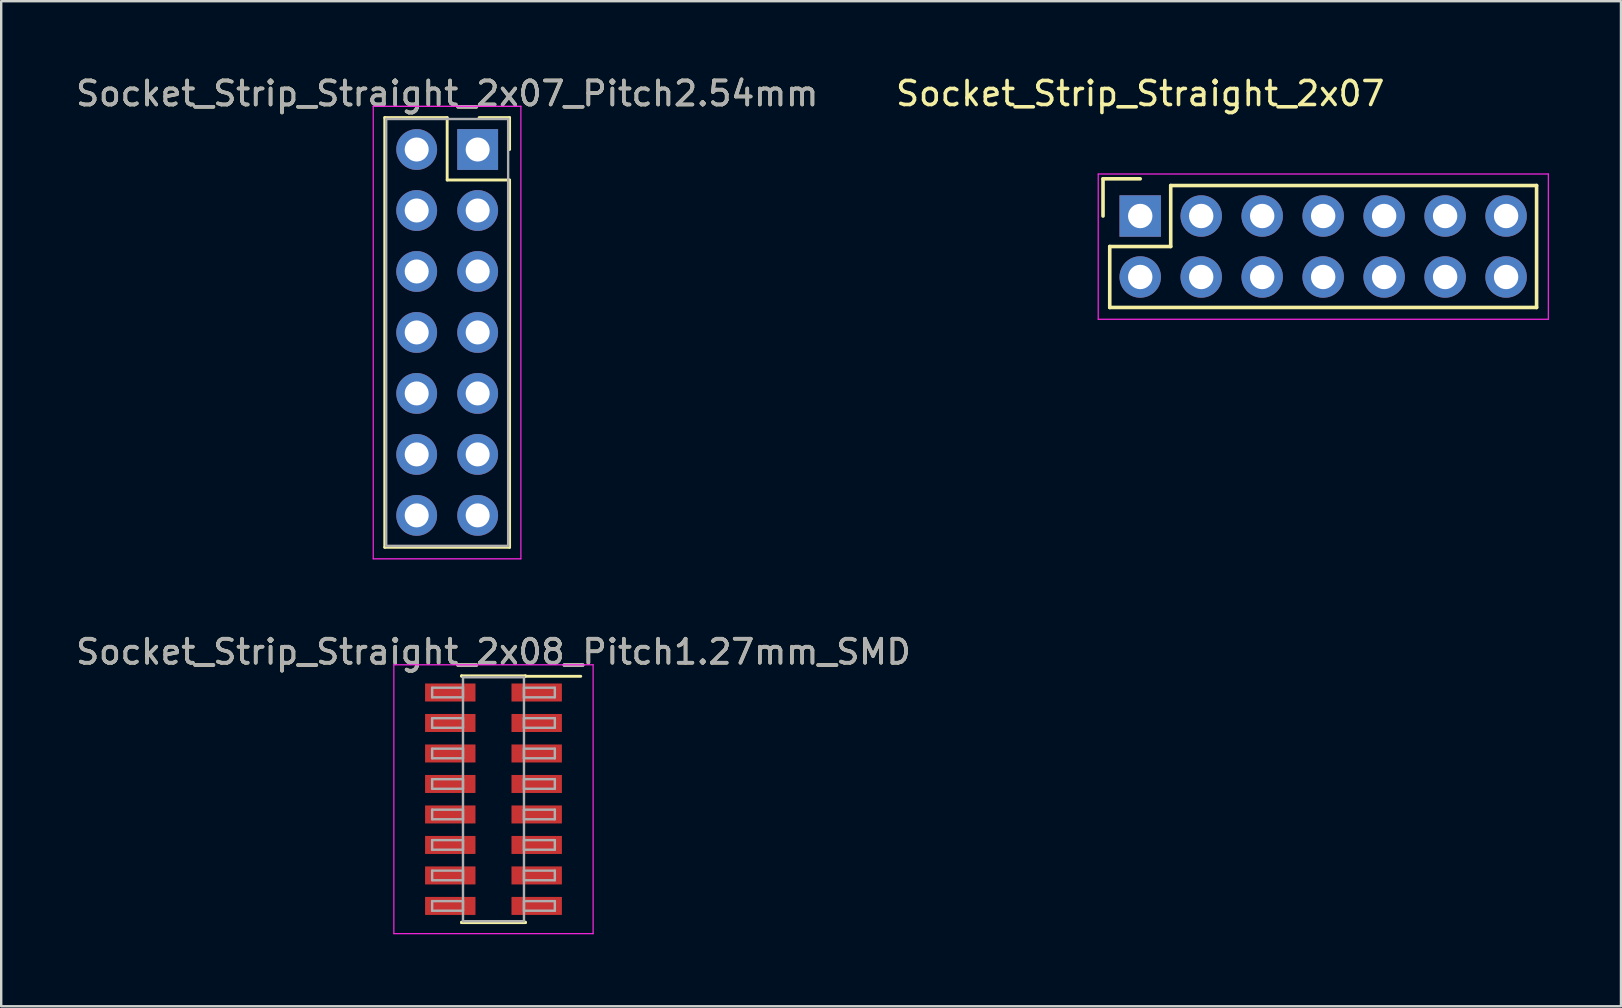
<source format=kicad_pcb>
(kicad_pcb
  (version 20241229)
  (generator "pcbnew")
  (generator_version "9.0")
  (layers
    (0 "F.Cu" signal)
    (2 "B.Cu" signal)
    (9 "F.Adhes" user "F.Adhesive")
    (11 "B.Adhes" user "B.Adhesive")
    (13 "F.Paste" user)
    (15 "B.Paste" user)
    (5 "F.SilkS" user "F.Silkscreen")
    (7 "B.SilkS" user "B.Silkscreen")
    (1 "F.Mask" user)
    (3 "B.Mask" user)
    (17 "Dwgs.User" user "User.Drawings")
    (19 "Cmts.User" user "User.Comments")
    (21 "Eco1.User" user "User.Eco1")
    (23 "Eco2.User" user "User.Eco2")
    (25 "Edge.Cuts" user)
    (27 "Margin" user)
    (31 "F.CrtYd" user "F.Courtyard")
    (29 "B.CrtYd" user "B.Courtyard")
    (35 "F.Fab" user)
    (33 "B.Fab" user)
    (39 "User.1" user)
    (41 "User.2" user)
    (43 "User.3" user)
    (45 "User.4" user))
  (footprint "Socket_Strip_Straight_2x07_Pitch2.54mm"
    (layer "F.Cu")
    (at 16.847 3.178)
    (property "Reference" "Socket_Strip_Straight_2x07_Pitch2.54mm" (at -1.27 -2.33 0) (layer "F.SilkS") (effects (font (size 1 1) (thickness 0.15))))
    (attr through_hole)
    (fp_line (start -3.87 -1.33) (end -1.27 -1.33) (stroke (width 0.12) (type solid)) (layer "F.SilkS"))
    (fp_line (start -3.87 16.57) (end -3.87 -1.33) (stroke (width 0.12) (type solid)) (layer "F.SilkS"))
    (fp_line (start -1.27 -1.33) (end -1.27 1.27) (stroke (width 0.12) (type solid)) (layer "F.SilkS"))
    (fp_line (start -1.27 1.27) (end 1.33 1.27) (stroke (width 0.12) (type solid)) (layer "F.SilkS"))
    (fp_line (start 1.33 -1.33) (end 0.06 -1.33) (stroke (width 0.12) (type solid)) (layer "F.SilkS"))
    (fp_line (start 1.33 0) (end 1.33 -1.33) (stroke (width 0.12) (type solid)) (layer "F.SilkS"))
    (fp_line (start 1.33 1.27) (end 1.33 16.57) (stroke (width 0.12) (type solid)) (layer "F.SilkS"))
    (fp_line (start 1.33 16.57) (end -3.87 16.57) (stroke (width 0.12) (type solid)) (layer "F.SilkS"))
    (fp_line (start -4.35 -1.8) (end -4.35 17.05) (stroke (width 0.05) (type solid)) (layer "F.CrtYd"))
    (fp_line (start -4.35 17.05) (end 1.8 17.05) (stroke (width 0.05) (type solid)) (layer "F.CrtYd"))
    (fp_line (start 1.8 -1.8) (end -4.35 -1.8) (stroke (width 0.05) (type solid)) (layer "F.CrtYd"))
    (fp_line (start 1.8 17.05) (end 1.8 -1.8) (stroke (width 0.05) (type solid)) (layer "F.CrtYd"))
    (fp_line (start -3.81 -1.27) (end -3.81 16.51) (stroke (width 0.1) (type solid)) (layer "F.Fab"))
    (fp_line (start -3.81 16.51) (end 1.27 16.51) (stroke (width 0.1) (type solid)) (layer "F.Fab"))
    (fp_line (start 1.27 -1.27) (end -3.81 -1.27) (stroke (width 0.1) (type solid)) (layer "F.Fab"))
    (fp_line (start 1.27 16.51) (end 1.27 -1.27) (stroke (width 0.1) (type solid)) (layer "F.Fab"))
    (fp_text user "${REFERENCE}" (at -1.27 -2.33 0) (layer "F.Fab") (effects (font (size 1 1) (thickness 0.15))))
    (pad "1" thru_hole rect (at 0 0) (size 1.7 1.7) (drill 1) (layers "*.Cu" "*.Mask"))
    (pad "2" thru_hole oval (at -2.54 0) (size 1.7 1.7) (drill 1) (layers "*.Cu" "*.Mask"))
    (pad "3" thru_hole oval (at 0 2.54) (size 1.7 1.7) (drill 1) (layers "*.Cu" "*.Mask"))
    (pad "4" thru_hole oval (at -2.54 2.54) (size 1.7 1.7) (drill 1) (layers "*.Cu" "*.Mask"))
    (pad "5" thru_hole oval (at 0 5.08) (size 1.7 1.7) (drill 1) (layers "*.Cu" "*.Mask"))
    (pad "6" thru_hole oval (at -2.54 5.08) (size 1.7 1.7) (drill 1) (layers "*.Cu" "*.Mask"))
    (pad "7" thru_hole oval (at 0 7.62) (size 1.7 1.7) (drill 1) (layers "*.Cu" "*.Mask"))
    (pad "8" thru_hole oval (at -2.54 7.62) (size 1.7 1.7) (drill 1) (layers "*.Cu" "*.Mask"))
    (pad "9" thru_hole oval (at 0 10.16) (size 1.7 1.7) (drill 1) (layers "*.Cu" "*.Mask"))
    (pad "10" thru_hole oval (at -2.54 10.16) (size 1.7 1.7) (drill 1) (layers "*.Cu" "*.Mask"))
    (pad "11" thru_hole oval (at 0 12.7) (size 1.7 1.7) (drill 1) (layers "*.Cu" "*.Mask"))
    (pad "12" thru_hole oval (at -2.54 12.7) (size 1.7 1.7) (drill 1) (layers "*.Cu" "*.Mask"))
    (pad "13" thru_hole oval (at 0 15.24) (size 1.7 1.7) (drill 1) (layers "*.Cu" "*.Mask"))
    (pad "14" thru_hole oval (at -2.54 15.24) (size 1.7 1.7) (drill 1) (layers "*.Cu" "*.Mask")))
  (footprint "Socket_Strip_Straight_2x07"
    (layer "F.Cu")
    (at 44.446 5.948)
    (property "Reference" "Socket_Strip_Straight_2x07" (at 0 -5.1 0) (layer "F.SilkS") (effects (font (size 1 1) (thickness 0.15))))
    (attr through_hole)
    (fp_line (start -1.55 -1.55) (end -1.55 0) (stroke (width 0.15) (type solid)) (layer "F.SilkS"))
    (fp_line (start -1.27 1.27) (end 1.27 1.27) (stroke (width 0.15) (type solid)) (layer "F.SilkS"))
    (fp_line (start -1.27 3.81) (end -1.27 1.27) (stroke (width 0.15) (type solid)) (layer "F.SilkS"))
    (fp_line (start 0 -1.55) (end -1.55 -1.55) (stroke (width 0.15) (type solid)) (layer "F.SilkS"))
    (fp_line (start 1.27 -1.27) (end 16.51 -1.27) (stroke (width 0.15) (type solid)) (layer "F.SilkS"))
    (fp_line (start 1.27 1.27) (end 1.27 -1.27) (stroke (width 0.15) (type solid)) (layer "F.SilkS"))
    (fp_line (start 16.51 3.81) (end -1.27 3.81) (stroke (width 0.15) (type solid)) (layer "F.SilkS"))
    (fp_line (start 16.51 3.81) (end 16.51 -1.27) (stroke (width 0.15) (type solid)) (layer "F.SilkS"))
    (fp_line (start -1.75 -1.75) (end -1.75 4.3) (stroke (width 0.05) (type solid)) (layer "F.CrtYd"))
    (fp_line (start -1.75 -1.75) (end 17 -1.75) (stroke (width 0.05) (type solid)) (layer "F.CrtYd"))
    (fp_line (start -1.75 4.3) (end 17 4.3) (stroke (width 0.05) (type solid)) (layer "F.CrtYd"))
    (fp_line (start 17 -1.75) (end 17 4.3) (stroke (width 0.05) (type solid)) (layer "F.CrtYd"))
    (pad "1" thru_hole rect (at 0 0) (size 1.727 1.727) (drill 1.016) (layers "*.Cu" "*.Mask"))
    (pad "2" thru_hole oval (at 0 2.54) (size 1.727 1.727) (drill 1.016) (layers "*.Cu" "*.Mask"))
    (pad "3" thru_hole oval (at 2.54 0) (size 1.727 1.727) (drill 1.016) (layers "*.Cu" "*.Mask"))
    (pad "4" thru_hole oval (at 2.54 2.54) (size 1.727 1.727) (drill 1.016) (layers "*.Cu" "*.Mask"))
    (pad "5" thru_hole oval (at 5.08 0) (size 1.727 1.727) (drill 1.016) (layers "*.Cu" "*.Mask"))
    (pad "6" thru_hole oval (at 5.08 2.54) (size 1.727 1.727) (drill 1.016) (layers "*.Cu" "*.Mask"))
    (pad "7" thru_hole oval (at 7.62 0) (size 1.727 1.727) (drill 1.016) (layers "*.Cu" "*.Mask"))
    (pad "8" thru_hole oval (at 7.62 2.54) (size 1.727 1.727) (drill 1.016) (layers "*.Cu" "*.Mask"))
    (pad "9" thru_hole oval (at 10.16 0) (size 1.727 1.727) (drill 1.016) (layers "*.Cu" "*.Mask"))
    (pad "10" thru_hole oval (at 10.16 2.54) (size 1.727 1.727) (drill 1.016) (layers "*.Cu" "*.Mask"))
    (pad "11" thru_hole oval (at 12.7 0) (size 1.727 1.727) (drill 1.016) (layers "*.Cu" "*.Mask"))
    (pad "12" thru_hole oval (at 12.7 2.54) (size 1.727 1.727) (drill 1.016) (layers "*.Cu" "*.Mask"))
    (pad "13" thru_hole oval (at 15.24 0) (size 1.727 1.727) (drill 1.016) (layers "*.Cu" "*.Mask"))
    (pad "14" thru_hole oval (at 15.24 2.54) (size 1.727 1.727) (drill 1.016) (layers "*.Cu" "*.Mask")))
  (footprint "Socket_Strip_Straight_2x08_Pitch1.27mm_SMD"
    (layer "F.Cu")
    (at 17.506 30.241)
    (property "Reference" "Socket_Strip_Straight_2x08_Pitch1.27mm_SMD" (at 0 -6.14 0) (layer "F.SilkS") (effects (font (size 1 1) (thickness 0.15))))
    (attr smd)
    (fp_line (start -1.33 -5.14) (end 1.33 -5.14) (stroke (width 0.12) (type solid)) (layer "F.SilkS"))
    (fp_line (start -1.33 -5.12) (end -1.33 -5.14) (stroke (width 0.12) (type solid)) (layer "F.SilkS"))
    (fp_line (start -1.33 5.12) (end -1.33 5.14) (stroke (width 0.12) (type solid)) (layer "F.SilkS"))
    (fp_line (start -1.33 5.14) (end 1.33 5.14) (stroke (width 0.12) (type solid)) (layer "F.SilkS"))
    (fp_line (start 1.33 -5.14) (end 1.33 -5.12) (stroke (width 0.12) (type solid)) (layer "F.SilkS"))
    (fp_line (start 1.33 5.14) (end 1.33 5.12) (stroke (width 0.12) (type solid)) (layer "F.SilkS"))
    (fp_line (start 3.635 -5.12) (end 1.33 -5.12) (stroke (width 0.12) (type solid)) (layer "F.SilkS"))
    (fp_line (start -4.15 -5.6) (end -4.15 5.6) (stroke (width 0.05) (type solid)) (layer "F.CrtYd"))
    (fp_line (start -4.15 5.6) (end 4.15 5.6) (stroke (width 0.05) (type solid)) (layer "F.CrtYd"))
    (fp_line (start 4.15 -5.6) (end -4.15 -5.6) (stroke (width 0.05) (type solid)) (layer "F.CrtYd"))
    (fp_line (start 4.15 5.6) (end 4.15 -5.6) (stroke (width 0.05) (type solid)) (layer "F.CrtYd"))
    (fp_line (start -2.555 -4.645) (end -1.27 -4.645) (stroke (width 0.1) (type solid)) (layer "F.Fab"))
    (fp_line (start -2.555 -4.245) (end -2.555 -4.645) (stroke (width 0.1) (type solid)) (layer "F.Fab"))
    (fp_line (start -2.555 -3.375) (end -1.27 -3.375) (stroke (width 0.1) (type solid)) (layer "F.Fab"))
    (fp_line (start -2.555 -2.975) (end -2.555 -3.375) (stroke (width 0.1) (type solid)) (layer "F.Fab"))
    (fp_line (start -2.555 -2.105) (end -1.27 -2.105) (stroke (width 0.1) (type solid)) (layer "F.Fab"))
    (fp_line (start -2.555 -1.705) (end -2.555 -2.105) (stroke (width 0.1) (type solid)) (layer "F.Fab"))
    (fp_line (start -2.555 -0.835) (end -1.27 -0.835) (stroke (width 0.1) (type solid)) (layer "F.Fab"))
    (fp_line (start -2.555 -0.435) (end -2.555 -0.835) (stroke (width 0.1) (type solid)) (layer "F.Fab"))
    (fp_line (start -2.555 0.435) (end -1.27 0.435) (stroke (width 0.1) (type solid)) (layer "F.Fab"))
    (fp_line (start -2.555 0.835) (end -2.555 0.435) (stroke (width 0.1) (type solid)) (layer "F.Fab"))
    (fp_line (start -2.555 1.705) (end -1.27 1.705) (stroke (width 0.1) (type solid)) (layer "F.Fab"))
    (fp_line (start -2.555 2.105) (end -2.555 1.705) (stroke (width 0.1) (type solid)) (layer "F.Fab"))
    (fp_line (start -2.555 2.975) (end -1.27 2.975) (stroke (width 0.1) (type solid)) (layer "F.Fab"))
    (fp_line (start -2.555 3.375) (end -2.555 2.975) (stroke (width 0.1) (type solid)) (layer "F.Fab"))
    (fp_line (start -2.555 4.245) (end -1.27 4.245) (stroke (width 0.1) (type solid)) (layer "F.Fab"))
    (fp_line (start -2.555 4.645) (end -2.555 4.245) (stroke (width 0.1) (type solid)) (layer "F.Fab"))
    (fp_line (start -1.27 -5.08) (end -1.27 5.08) (stroke (width 0.1) (type solid)) (layer "F.Fab"))
    (fp_line (start -1.27 -4.645) (end -1.27 -4.245) (stroke (width 0.1) (type solid)) (layer "F.Fab"))
    (fp_line (start -1.27 -4.245) (end -2.555 -4.245) (stroke (width 0.1) (type solid)) (layer "F.Fab"))
    (fp_line (start -1.27 -3.375) (end -1.27 -2.975) (stroke (width 0.1) (type solid)) (layer "F.Fab"))
    (fp_line (start -1.27 -2.975) (end -2.555 -2.975) (stroke (width 0.1) (type solid)) (layer "F.Fab"))
    (fp_line (start -1.27 -2.105) (end -1.27 -1.705) (stroke (width 0.1) (type solid)) (layer "F.Fab"))
    (fp_line (start -1.27 -1.705) (end -2.555 -1.705) (stroke (width 0.1) (type solid)) (layer "F.Fab"))
    (fp_line (start -1.27 -0.835) (end -1.27 -0.435) (stroke (width 0.1) (type solid)) (layer "F.Fab"))
    (fp_line (start -1.27 -0.435) (end -2.555 -0.435) (stroke (width 0.1) (type solid)) (layer "F.Fab"))
    (fp_line (start -1.27 0.435) (end -1.27 0.835) (stroke (width 0.1) (type solid)) (layer "F.Fab"))
    (fp_line (start -1.27 0.835) (end -2.555 0.835) (stroke (width 0.1) (type solid)) (layer "F.Fab"))
    (fp_line (start -1.27 1.705) (end -1.27 2.105) (stroke (width 0.1) (type solid)) (layer "F.Fab"))
    (fp_line (start -1.27 2.105) (end -2.555 2.105) (stroke (width 0.1) (type solid)) (layer "F.Fab"))
    (fp_line (start -1.27 2.975) (end -1.27 3.375) (stroke (width 0.1) (type solid)) (layer "F.Fab"))
    (fp_line (start -1.27 3.375) (end -2.555 3.375) (stroke (width 0.1) (type solid)) (layer "F.Fab"))
    (fp_line (start -1.27 4.245) (end -1.27 4.645) (stroke (width 0.1) (type solid)) (layer "F.Fab"))
    (fp_line (start -1.27 4.645) (end -2.555 4.645) (stroke (width 0.1) (type solid)) (layer "F.Fab"))
    (fp_line (start -1.27 5.08) (end 1.27 5.08) (stroke (width 0.1) (type solid)) (layer "F.Fab"))
    (fp_line (start 1.27 -5.08) (end -1.27 -5.08) (stroke (width 0.1) (type solid)) (layer "F.Fab"))
    (fp_line (start 1.27 -4.645) (end 1.27 -4.245) (stroke (width 0.1) (type solid)) (layer "F.Fab"))
    (fp_line (start 1.27 -4.245) (end 2.555 -4.245) (stroke (width 0.1) (type solid)) (layer "F.Fab"))
    (fp_line (start 1.27 -3.375) (end 1.27 -2.975) (stroke (width 0.1) (type solid)) (layer "F.Fab"))
    (fp_line (start 1.27 -2.975) (end 2.555 -2.975) (stroke (width 0.1) (type solid)) (layer "F.Fab"))
    (fp_line (start 1.27 -2.105) (end 1.27 -1.705) (stroke (width 0.1) (type solid)) (layer "F.Fab"))
    (fp_line (start 1.27 -1.705) (end 2.555 -1.705) (stroke (width 0.1) (type solid)) (layer "F.Fab"))
    (fp_line (start 1.27 -0.835) (end 1.27 -0.435) (stroke (width 0.1) (type solid)) (layer "F.Fab"))
    (fp_line (start 1.27 -0.435) (end 2.555 -0.435) (stroke (width 0.1) (type solid)) (layer "F.Fab"))
    (fp_line (start 1.27 0.435) (end 1.27 0.835) (stroke (width 0.1) (type solid)) (layer "F.Fab"))
    (fp_line (start 1.27 0.835) (end 2.555 0.835) (stroke (width 0.1) (type solid)) (layer "F.Fab"))
    (fp_line (start 1.27 1.705) (end 1.27 2.105) (stroke (width 0.1) (type solid)) (layer "F.Fab"))
    (fp_line (start 1.27 2.105) (end 2.555 2.105) (stroke (width 0.1) (type solid)) (layer "F.Fab"))
    (fp_line (start 1.27 2.975) (end 1.27 3.375) (stroke (width 0.1) (type solid)) (layer "F.Fab"))
    (fp_line (start 1.27 3.375) (end 2.555 3.375) (stroke (width 0.1) (type solid)) (layer "F.Fab"))
    (fp_line (start 1.27 4.245) (end 1.27 4.645) (stroke (width 0.1) (type solid)) (layer "F.Fab"))
    (fp_line (start 1.27 4.645) (end 2.555 4.645) (stroke (width 0.1) (type solid)) (layer "F.Fab"))
    (fp_line (start 1.27 5.08) (end 1.27 -5.08) (stroke (width 0.1) (type solid)) (layer "F.Fab"))
    (fp_line (start 2.555 -4.645) (end 1.27 -4.645) (stroke (width 0.1) (type solid)) (layer "F.Fab"))
    (fp_line (start 2.555 -4.245) (end 2.555 -4.645) (stroke (width 0.1) (type solid)) (layer "F.Fab"))
    (fp_line (start 2.555 -3.375) (end 1.27 -3.375) (stroke (width 0.1) (type solid)) (layer "F.Fab"))
    (fp_line (start 2.555 -2.975) (end 2.555 -3.375) (stroke (width 0.1) (type solid)) (layer "F.Fab"))
    (fp_line (start 2.555 -2.105) (end 1.27 -2.105) (stroke (width 0.1) (type solid)) (layer "F.Fab"))
    (fp_line (start 2.555 -1.705) (end 2.555 -2.105) (stroke (width 0.1) (type solid)) (layer "F.Fab"))
    (fp_line (start 2.555 -0.835) (end 1.27 -0.835) (stroke (width 0.1) (type solid)) (layer "F.Fab"))
    (fp_line (start 2.555 -0.435) (end 2.555 -0.835) (stroke (width 0.1) (type solid)) (layer "F.Fab"))
    (fp_line (start 2.555 0.435) (end 1.27 0.435) (stroke (width 0.1) (type solid)) (layer "F.Fab"))
    (fp_line (start 2.555 0.835) (end 2.555 0.435) (stroke (width 0.1) (type solid)) (layer "F.Fab"))
    (fp_line (start 2.555 1.705) (end 1.27 1.705) (stroke (width 0.1) (type solid)) (layer "F.Fab"))
    (fp_line (start 2.555 2.105) (end 2.555 1.705) (stroke (width 0.1) (type solid)) (layer "F.Fab"))
    (fp_line (start 2.555 2.975) (end 1.27 2.975) (stroke (width 0.1) (type solid)) (layer "F.Fab"))
    (fp_line (start 2.555 3.375) (end 2.555 2.975) (stroke (width 0.1) (type solid)) (layer "F.Fab"))
    (fp_line (start 2.555 4.245) (end 1.27 4.245) (stroke (width 0.1) (type solid)) (layer "F.Fab"))
    (fp_line (start 2.555 4.645) (end 2.555 4.245) (stroke (width 0.1) (type solid)) (layer "F.Fab"))
    (fp_text user "${REFERENCE}" (at 0 -6.14 0) (layer "F.Fab") (effects (font (size 1 1) (thickness 0.15))))
    (pad "1" smd rect (at 1.8 -4.445) (size 2.1 0.75) (layers "F.Cu" "F.Mask" "F.Paste"))
    (pad "2" smd rect (at -1.8 -4.445) (size 2.1 0.75) (layers "F.Cu" "F.Mask" "F.Paste"))
    (pad "3" smd rect (at 1.8 -3.175) (size 2.1 0.75) (layers "F.Cu" "F.Mask" "F.Paste"))
    (pad "4" smd rect (at -1.8 -3.175) (size 2.1 0.75) (layers "F.Cu" "F.Mask" "F.Paste"))
    (pad "5" smd rect (at 1.8 -1.905) (size 2.1 0.75) (layers "F.Cu" "F.Mask" "F.Paste"))
    (pad "6" smd rect (at -1.8 -1.905) (size 2.1 0.75) (layers "F.Cu" "F.Mask" "F.Paste"))
    (pad "7" smd rect (at 1.8 -0.635) (size 2.1 0.75) (layers "F.Cu" "F.Mask" "F.Paste"))
    (pad "8" smd rect (at -1.8 -0.635) (size 2.1 0.75) (layers "F.Cu" "F.Mask" "F.Paste"))
    (pad "9" smd rect (at 1.8 0.635) (size 2.1 0.75) (layers "F.Cu" "F.Mask" "F.Paste"))
    (pad "10" smd rect (at -1.8 0.635) (size 2.1 0.75) (layers "F.Cu" "F.Mask" "F.Paste"))
    (pad "11" smd rect (at 1.8 1.905) (size 2.1 0.75) (layers "F.Cu" "F.Mask" "F.Paste"))
    (pad "12" smd rect (at -1.8 1.905) (size 2.1 0.75) (layers "F.Cu" "F.Mask" "F.Paste"))
    (pad "13" smd rect (at 1.8 3.175) (size 2.1 0.75) (layers "F.Cu" "F.Mask" "F.Paste"))
    (pad "14" smd rect (at -1.8 3.175) (size 2.1 0.75) (layers "F.Cu" "F.Mask" "F.Paste"))
    (pad "15" smd rect (at 1.8 4.445) (size 2.1 0.75) (layers "F.Cu" "F.Mask" "F.Paste"))
    (pad "16" smd rect (at -1.8 4.445) (size 2.1 0.75) (layers "F.Cu" "F.Mask" "F.Paste")))
  (gr_rect
    (start -3 -3)
    (end 64.471 38.867)
    (stroke (width 0.1) (type default))
    (fill no)
    (layer "Edge.Cuts")))
</source>
